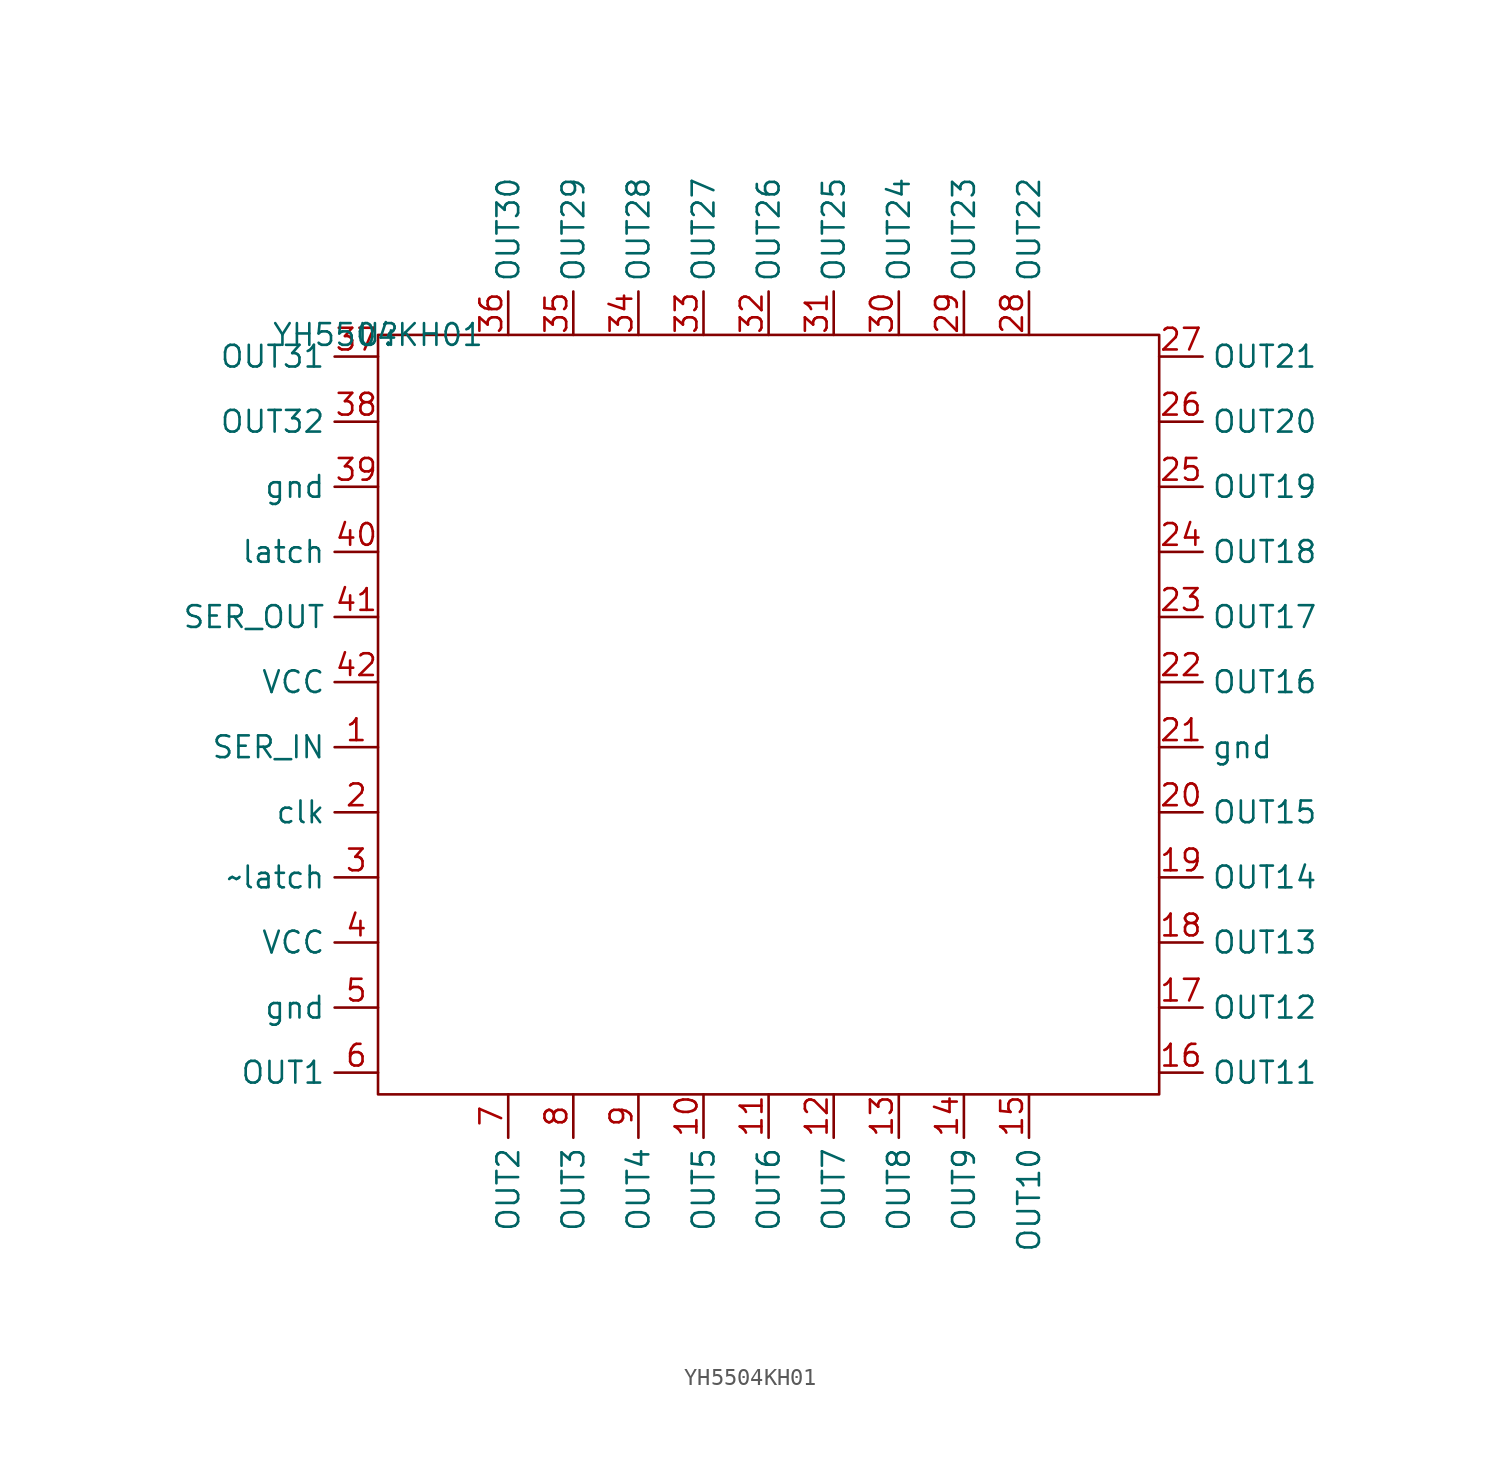
<source format=kicad_sym>
(kicad_symbol_lib
  (version 20211014)
  (generator kicad_symbol_editor)
  (symbol "YH5504KH01"
    (property "Reference" "U"
      (at 0 0 0)
      (effects (font (size 1.27 1.27))))
    (property "Value" "YH5504KH01"
      (at 0 0 0)
      (effects (font (size 1.27 1.27))))
    (symbol "YH5504KH01_0_1"
      (rectangle (start 0 0) (end 45.72 -44.45) (stroke (width 0) (type default) (color 0 0 0 0)) (fill (type none))))
    (symbol "YH5504KH01_1_1"
      (pin input line (at 0 -24.13 180) (length 2.54) (name "SER_IN" (effects (font (size 1.27 1.27)))) (number "1" (effects (font (size 1.27 1.27)))))
      (pin input line (at 19.05 -44.45 270) (length 2.54) (name "OUT5" (effects (font (size 1.27 1.27)))) (number "10" (effects (font (size 1.27 1.27)))))
      (pin input line (at 22.86 -44.45 270) (length 2.54) (name "OUT6" (effects (font (size 1.27 1.27)))) (number "11" (effects (font (size 1.27 1.27)))))
      (pin input line (at 26.67 -44.45 270) (length 2.54) (name "OUT7" (effects (font (size 1.27 1.27)))) (number "12" (effects (font (size 1.27 1.27)))))
      (pin input line (at 30.48 -44.45 270) (length 2.54) (name "OUT8" (effects (font (size 1.27 1.27)))) (number "13" (effects (font (size 1.27 1.27)))))
      (pin input line (at 34.29 -44.45 270) (length 2.54) (name "OUT9" (effects (font (size 1.27 1.27)))) (number "14" (effects (font (size 1.27 1.27)))))
      (pin input line (at 38.1 -44.45 270) (length 2.54) (name "OUT10" (effects (font (size 1.27 1.27)))) (number "15" (effects (font (size 1.27 1.27)))))
      (pin input line (at 45.72 -43.18 0) (length 2.54) (name "OUT11" (effects (font (size 1.27 1.27)))) (number "16" (effects (font (size 1.27 1.27)))))
      (pin input line (at 45.72 -39.37 0) (length 2.54) (name "OUT12" (effects (font (size 1.27 1.27)))) (number "17" (effects (font (size 1.27 1.27)))))
      (pin input line (at 45.72 -35.56 0) (length 2.54) (name "OUT13" (effects (font (size 1.27 1.27)))) (number "18" (effects (font (size 1.27 1.27)))))
      (pin input line (at 45.72 -31.75 0) (length 2.54) (name "OUT14" (effects (font (size 1.27 1.27)))) (number "19" (effects (font (size 1.27 1.27)))))
      (pin input line (at 0 -27.94 180) (length 2.54) (name "clk" (effects (font (size 1.27 1.27)))) (number "2" (effects (font (size 1.27 1.27)))))
      (pin input line (at 45.72 -27.94 0) (length 2.54) (name "OUT15" (effects (font (size 1.27 1.27)))) (number "20" (effects (font (size 1.27 1.27)))))
      (pin input line (at 45.72 -24.13 0) (length 2.54) (name "gnd" (effects (font (size 1.27 1.27)))) (number "21" (effects (font (size 1.27 1.27)))))
      (pin input line (at 45.72 -20.32 0) (length 2.54) (name "OUT16" (effects (font (size 1.27 1.27)))) (number "22" (effects (font (size 1.27 1.27)))))
      (pin input line (at 45.72 -16.51 0) (length 2.54) (name "OUT17" (effects (font (size 1.27 1.27)))) (number "23" (effects (font (size 1.27 1.27)))))
      (pin input line (at 45.72 -12.7 0) (length 2.54) (name "OUT18" (effects (font (size 1.27 1.27)))) (number "24" (effects (font (size 1.27 1.27)))))
      (pin input line (at 45.72 -8.89 0) (length 2.54) (name "OUT19" (effects (font (size 1.27 1.27)))) (number "25" (effects (font (size 1.27 1.27)))))
      (pin input line (at 45.72 -5.08 0) (length 2.54) (name "OUT20" (effects (font (size 1.27 1.27)))) (number "26" (effects (font (size 1.27 1.27)))))
      (pin input line (at 45.72 -1.27 0) (length 2.54) (name "OUT21" (effects (font (size 1.27 1.27)))) (number "27" (effects (font (size 1.27 1.27)))))
      (pin input line (at 38.1 0 90) (length 2.54) (name "OUT22" (effects (font (size 1.27 1.27)))) (number "28" (effects (font (size 1.27 1.27)))))
      (pin input line (at 34.29 0 90) (length 2.54) (name "OUT23" (effects (font (size 1.27 1.27)))) (number "29" (effects (font (size 1.27 1.27)))))
      (pin input line (at 0 -31.75 180) (length 2.54) (name "~latch" (effects (font (size 1.27 1.27)))) (number "3" (effects (font (size 1.27 1.27)))))
      (pin input line (at 30.48 0 90) (length 2.54) (name "OUT24" (effects (font (size 1.27 1.27)))) (number "30" (effects (font (size 1.27 1.27)))))
      (pin input line (at 26.67 0 90) (length 2.54) (name "OUT25" (effects (font (size 1.27 1.27)))) (number "31" (effects (font (size 1.27 1.27)))))
      (pin input line (at 22.86 0 90) (length 2.54) (name "OUT26" (effects (font (size 1.27 1.27)))) (number "32" (effects (font (size 1.27 1.27)))))
      (pin input line (at 19.05 0 90) (length 2.54) (name "OUT27" (effects (font (size 1.27 1.27)))) (number "33" (effects (font (size 1.27 1.27)))))
      (pin input line (at 15.24 0 90) (length 2.54) (name "OUT28" (effects (font (size 1.27 1.27)))) (number "34" (effects (font (size 1.27 1.27)))))
      (pin input line (at 11.43 0 90) (length 2.54) (name "OUT29" (effects (font (size 1.27 1.27)))) (number "35" (effects (font (size 1.27 1.27)))))
      (pin input line (at 7.62 0 90) (length 2.54) (name "OUT30" (effects (font (size 1.27 1.27)))) (number "36" (effects (font (size 1.27 1.27)))))
      (pin input line (at 0 -1.27 180) (length 2.54) (name "OUT31" (effects (font (size 1.27 1.27)))) (number "37" (effects (font (size 1.27 1.27)))))
      (pin input line (at 0 -5.08 180) (length 2.54) (name "OUT32" (effects (font (size 1.27 1.27)))) (number "38" (effects (font (size 1.27 1.27)))))
      (pin input line (at 0 -8.89 180) (length 2.54) (name "gnd" (effects (font (size 1.27 1.27)))) (number "39" (effects (font (size 1.27 1.27)))))
      (pin input line (at 0 -35.56 180) (length 2.54) (name "VCC" (effects (font (size 1.27 1.27)))) (number "4" (effects (font (size 1.27 1.27)))))
      (pin input line (at 0 -12.7 180) (length 2.54) (name "latch" (effects (font (size 1.27 1.27)))) (number "40" (effects (font (size 1.27 1.27)))))
      (pin input line (at 0 -16.51 180) (length 2.54) (name "SER_OUT" (effects (font (size 1.27 1.27)))) (number "41" (effects (font (size 1.27 1.27)))))
      (pin input line (at 0 -20.32 180) (length 2.54) (name "VCC" (effects (font (size 1.27 1.27)))) (number "42" (effects (font (size 1.27 1.27)))))
      (pin input line (at 0 -39.37 180) (length 2.54) (name "gnd" (effects (font (size 1.27 1.27)))) (number "5" (effects (font (size 1.27 1.27)))))
      (pin input line (at 0 -43.18 180) (length 2.54) (name "OUT1" (effects (font (size 1.27 1.27)))) (number "6" (effects (font (size 1.27 1.27)))))
      (pin input line (at 7.62 -44.45 270) (length 2.54) (name "OUT2" (effects (font (size 1.27 1.27)))) (number "7" (effects (font (size 1.27 1.27)))))
      (pin input line (at 11.43 -44.45 270) (length 2.54) (name "OUT3" (effects (font (size 1.27 1.27)))) (number "8" (effects (font (size 1.27 1.27)))))
      (pin input line (at 15.24 -44.45 270) (length 2.54) (name "OUT4" (effects (font (size 1.27 1.27)))) (number "9" (effects (font (size 1.27 1.27))))))))
</source>
